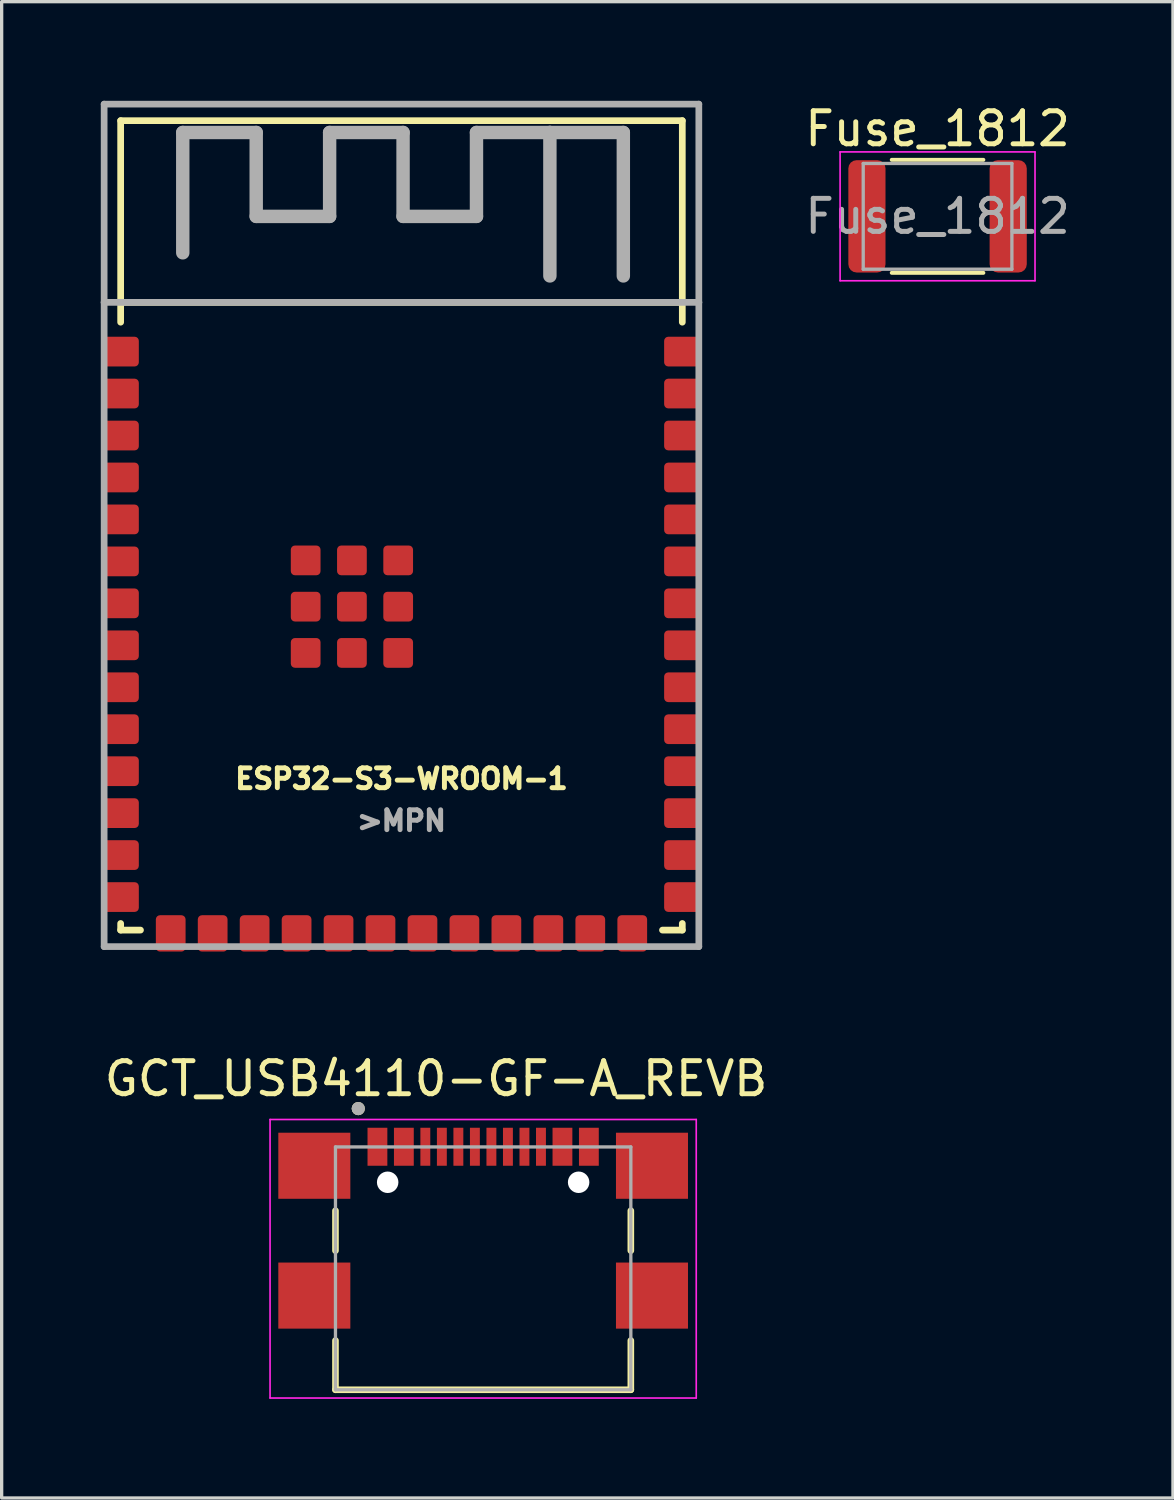
<source format=kicad_pcb>
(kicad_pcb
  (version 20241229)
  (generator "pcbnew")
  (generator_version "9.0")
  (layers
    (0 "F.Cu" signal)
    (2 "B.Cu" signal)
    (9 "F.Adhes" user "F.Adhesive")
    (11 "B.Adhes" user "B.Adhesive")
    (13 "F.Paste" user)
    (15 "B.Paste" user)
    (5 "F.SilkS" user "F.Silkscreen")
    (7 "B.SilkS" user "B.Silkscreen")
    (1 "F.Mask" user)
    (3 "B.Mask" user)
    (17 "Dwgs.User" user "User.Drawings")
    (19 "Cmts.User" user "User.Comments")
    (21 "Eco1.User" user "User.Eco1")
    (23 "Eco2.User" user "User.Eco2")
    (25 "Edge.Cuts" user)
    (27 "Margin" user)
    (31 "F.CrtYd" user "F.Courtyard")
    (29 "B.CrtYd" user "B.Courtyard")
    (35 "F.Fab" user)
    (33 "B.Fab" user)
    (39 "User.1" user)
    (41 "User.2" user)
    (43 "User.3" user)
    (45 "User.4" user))
  (footprint "ESP32-S3-WROOM-1"
    (layer "F.Cu")
    (at 9.102 17.602)
    (property "Reference" "ESP32-S3-WROOM-1" (at 0 2.92 0) (layer "F.SilkS") (effects (font (size 0.6 0.6) (thickness 0.15))))
    (attr smd)
    (fp_line (start -8.5 -17) (end -8.5 -11.5) (stroke (width 0.203) (type solid)) (layer "F.SilkS"))
    (fp_line (start -8.5 -17) (end 8.5 -17) (stroke (width 0.203) (type solid)) (layer "F.SilkS"))
    (fp_line (start -8.5 -11.5) (end -8.5 -10.9) (stroke (width 0.203) (type solid)) (layer "F.SilkS"))
    (fp_line (start -8.5 -11.5) (end 8.5 -11.5) (stroke (width 0.203) (type solid)) (layer "F.SilkS"))
    (fp_line (start -8.5 7.3) (end -8.5 7.5) (stroke (width 0.203) (type solid)) (layer "F.SilkS"))
    (fp_line (start -8.5 7.5) (end -7.9 7.5) (stroke (width 0.203) (type solid)) (layer "F.SilkS"))
    (fp_line (start 7.9 7.5) (end 8.5 7.5) (stroke (width 0.203) (type solid)) (layer "F.SilkS"))
    (fp_line (start 8.5 -17) (end 8.5 -11.5) (stroke (width 0.203) (type solid)) (layer "F.SilkS"))
    (fp_line (start 8.5 -11.5) (end 8.5 -10.9) (stroke (width 0.203) (type solid)) (layer "F.SilkS"))
    (fp_line (start 8.5 7.5) (end 8.5 7.3) (stroke (width 0.203) (type solid)) (layer "F.SilkS"))
    (fp_line (start -9 -17.5) (end 9 -17.5) (stroke (width 0.203) (type solid)) (layer "F.Fab"))
    (fp_line (start -9 -11.5) (end -9 -17.5) (stroke (width 0.203) (type solid)) (layer "F.Fab"))
    (fp_line (start -9 -11.5) (end 9 -11.5) (stroke (width 0.203) (type solid)) (layer "F.Fab"))
    (fp_line (start -9 8) (end -9 -11.5) (stroke (width 0.203) (type solid)) (layer "F.Fab"))
    (fp_line (start -6.62 -16.642) (end -4.397 -16.642) (stroke (width 0.406) (type solid)) (layer "F.Fab"))
    (fp_line (start -6.62 -13) (end -6.62 -16.642) (stroke (width 0.406) (type solid)) (layer "F.Fab"))
    (fp_line (start -4.397 -16.642) (end -4.397 -14.102) (stroke (width 0.406) (type solid)) (layer "F.Fab"))
    (fp_line (start -4.397 -14.102) (end -2.175 -14.102) (stroke (width 0.406) (type solid)) (layer "F.Fab"))
    (fp_line (start -2.175 -16.642) (end 0.048 -16.642) (stroke (width 0.406) (type solid)) (layer "F.Fab"))
    (fp_line (start -2.175 -14.102) (end -2.175 -16.642) (stroke (width 0.406) (type solid)) (layer "F.Fab"))
    (fp_line (start 0.048 -16.642) (end 0.048 -14.102) (stroke (width 0.406) (type solid)) (layer "F.Fab"))
    (fp_line (start 0.048 -14.102) (end 2.27 -14.102) (stroke (width 0.406) (type solid)) (layer "F.Fab"))
    (fp_line (start 2.27 -16.642) (end 4.492 -16.642) (stroke (width 0.406) (type solid)) (layer "F.Fab"))
    (fp_line (start 2.27 -14.102) (end 2.27 -16.642) (stroke (width 0.406) (type solid)) (layer "F.Fab"))
    (fp_line (start 4.492 -16.642) (end 4.492 -12.3) (stroke (width 0.406) (type solid)) (layer "F.Fab"))
    (fp_line (start 4.492 -16.642) (end 6.715 -16.642) (stroke (width 0.406) (type solid)) (layer "F.Fab"))
    (fp_line (start 6.715 -16.642) (end 6.715 -12.3) (stroke (width 0.406) (type solid)) (layer "F.Fab"))
    (fp_line (start 9 -17.5) (end 9 -11.5) (stroke (width 0.203) (type solid)) (layer "F.Fab"))
    (fp_line (start 9 -11.5) (end 9 8) (stroke (width 0.203) (type solid)) (layer "F.Fab"))
    (fp_line (start 9 8) (end -9 8) (stroke (width 0.203) (type solid)) (layer "F.Fab"))
    (fp_text user ">MPN" (at 0 4.19 0) (layer "F.Fab") (effects (font (size 0.6 0.6) (thickness 0.15))))
    (pad "1" smd roundrect (at -8.5 -10.01) (size 1.1 0.9) (layers "F.Cu" "F.Mask" "F.Paste") (roundrect_rratio 0.14))
    (pad "2" smd roundrect (at -8.5 -8.74) (size 1.1 0.9) (layers "F.Cu" "F.Mask" "F.Paste") (roundrect_rratio 0.14))
    (pad "3" smd roundrect (at -8.5 -7.47) (size 1.1 0.9) (layers "F.Cu" "F.Mask" "F.Paste") (roundrect_rratio 0.14))
    (pad "4" smd roundrect (at -8.5 -6.2) (size 1.1 0.9) (layers "F.Cu" "F.Mask" "F.Paste") (roundrect_rratio 0.14))
    (pad "5" smd roundrect (at -8.5 -4.93) (size 1.1 0.9) (layers "F.Cu" "F.Mask" "F.Paste") (roundrect_rratio 0.14))
    (pad "6" smd roundrect (at -8.5 -3.66) (size 1.1 0.9) (layers "F.Cu" "F.Mask" "F.Paste") (roundrect_rratio 0.14))
    (pad "7" smd roundrect (at -8.5 -2.39) (size 1.1 0.9) (layers "F.Cu" "F.Mask" "F.Paste") (roundrect_rratio 0.14))
    (pad "8" smd roundrect (at -8.5 -1.12) (size 1.1 0.9) (layers "F.Cu" "F.Mask" "F.Paste") (roundrect_rratio 0.14))
    (pad "9" smd roundrect (at -8.5 0.15) (size 1.1 0.9) (layers "F.Cu" "F.Mask" "F.Paste") (roundrect_rratio 0.14))
    (pad "10" smd roundrect (at -8.5 1.42) (size 1.1 0.9) (layers "F.Cu" "F.Mask" "F.Paste") (roundrect_rratio 0.14))
    (pad "11" smd roundrect (at -8.5 2.69) (size 1.1 0.9) (layers "F.Cu" "F.Mask" "F.Paste") (roundrect_rratio 0.14))
    (pad "12" smd roundrect (at -8.5 3.96) (size 1.1 0.9) (layers "F.Cu" "F.Mask" "F.Paste") (roundrect_rratio 0.14))
    (pad "13" smd roundrect (at -8.5 5.23) (size 1.1 0.9) (layers "F.Cu" "F.Mask" "F.Paste") (roundrect_rratio 0.14))
    (pad "14" smd roundrect (at -8.5 6.5) (size 1.1 0.9) (layers "F.Cu" "F.Mask" "F.Paste") (roundrect_rratio 0.14))
    (pad "15" smd roundrect (at -6.985 7.6 90) (size 1.1 0.9) (layers "F.Cu" "F.Mask" "F.Paste") (roundrect_rratio 0.14))
    (pad "16" smd roundrect (at -5.715 7.6 90) (size 1.1 0.9) (layers "F.Cu" "F.Mask" "F.Paste") (roundrect_rratio 0.14))
    (pad "17" smd roundrect (at -4.445 7.6 90) (size 1.1 0.9) (layers "F.Cu" "F.Mask" "F.Paste") (roundrect_rratio 0.14))
    (pad "18" smd roundrect (at -3.175 7.6 90) (size 1.1 0.9) (layers "F.Cu" "F.Mask" "F.Paste") (roundrect_rratio 0.14))
    (pad "19" smd roundrect (at -1.905 7.6 90) (size 1.1 0.9) (layers "F.Cu" "F.Mask" "F.Paste") (roundrect_rratio 0.14))
    (pad "20" smd roundrect (at -0.635 7.6 90) (size 1.1 0.9) (layers "F.Cu" "F.Mask" "F.Paste") (roundrect_rratio 0.14))
    (pad "21" smd roundrect (at 0.635 7.6 90) (size 1.1 0.9) (layers "F.Cu" "F.Mask" "F.Paste") (roundrect_rratio 0.14))
    (pad "22" smd roundrect (at 1.905 7.6 90) (size 1.1 0.9) (layers "F.Cu" "F.Mask" "F.Paste") (roundrect_rratio 0.14))
    (pad "23" smd roundrect (at 3.175 7.6 90) (size 1.1 0.9) (layers "F.Cu" "F.Mask" "F.Paste") (roundrect_rratio 0.14))
    (pad "24" smd roundrect (at 4.445 7.6 90) (size 1.1 0.9) (layers "F.Cu" "F.Mask" "F.Paste") (roundrect_rratio 0.14))
    (pad "25" smd roundrect (at 5.715 7.6 90) (size 1.1 0.9) (layers "F.Cu" "F.Mask" "F.Paste") (roundrect_rratio 0.14))
    (pad "26" smd roundrect (at 6.985 7.6 90) (size 1.1 0.9) (layers "F.Cu" "F.Mask" "F.Paste") (roundrect_rratio 0.14))
    (pad "27" smd roundrect (at 8.5 6.5) (size 1.1 0.9) (layers "F.Cu" "F.Mask" "F.Paste") (roundrect_rratio 0.14))
    (pad "28" smd roundrect (at 8.5 5.23) (size 1.1 0.9) (layers "F.Cu" "F.Mask" "F.Paste") (roundrect_rratio 0.14))
    (pad "29" smd roundrect (at 8.5 3.96) (size 1.1 0.9) (layers "F.Cu" "F.Mask" "F.Paste") (roundrect_rratio 0.14))
    (pad "30" smd roundrect (at 8.5 2.69) (size 1.1 0.9) (layers "F.Cu" "F.Mask" "F.Paste") (roundrect_rratio 0.14))
    (pad "31" smd roundrect (at 8.5 1.42) (size 1.1 0.9) (layers "F.Cu" "F.Mask" "F.Paste") (roundrect_rratio 0.14))
    (pad "32" smd roundrect (at 8.5 0.15) (size 1.1 0.9) (layers "F.Cu" "F.Mask" "F.Paste") (roundrect_rratio 0.14))
    (pad "33" smd roundrect (at 8.5 -1.12) (size 1.1 0.9) (layers "F.Cu" "F.Mask" "F.Paste") (roundrect_rratio 0.14))
    (pad "34" smd roundrect (at 8.5 -2.39) (size 1.1 0.9) (layers "F.Cu" "F.Mask" "F.Paste") (roundrect_rratio 0.14))
    (pad "35" smd roundrect (at 8.5 -3.66) (size 1.1 0.9) (layers "F.Cu" "F.Mask" "F.Paste") (roundrect_rratio 0.14))
    (pad "36" smd roundrect (at 8.5 -4.93) (size 1.1 0.9) (layers "F.Cu" "F.Mask" "F.Paste") (roundrect_rratio 0.14))
    (pad "37" smd roundrect (at 8.5 -6.2) (size 1.1 0.9) (layers "F.Cu" "F.Mask" "F.Paste") (roundrect_rratio 0.14))
    (pad "38" smd roundrect (at 8.5 -7.47) (size 1.1 0.9) (layers "F.Cu" "F.Mask" "F.Paste") (roundrect_rratio 0.14))
    (pad "39" smd roundrect (at 8.5 -8.74) (size 1.1 0.9) (layers "F.Cu" "F.Mask" "F.Paste") (roundrect_rratio 0.14))
    (pad "40" smd roundrect (at 8.5 -10.01) (size 1.1 0.9) (layers "F.Cu" "F.Mask" "F.Paste") (roundrect_rratio 0.14))
    (pad "P$1" smd roundrect (at -2.9 -3.69) (size 0.9 0.9) (layers "F.Cu" "F.Mask" "F.Paste") (roundrect_rratio 0.14))
    (pad "P$2" smd roundrect (at -1.5 -3.69) (size 0.9 0.9) (layers "F.Cu" "F.Mask" "F.Paste") (roundrect_rratio 0.14))
    (pad "P$3" smd roundrect (at -0.1 -3.69) (size 0.9 0.9) (layers "F.Cu" "F.Mask" "F.Paste") (roundrect_rratio 0.14))
    (pad "P$4" smd roundrect (at -2.9 -2.29) (size 0.9 0.9) (layers "F.Cu" "F.Mask" "F.Paste") (roundrect_rratio 0.14))
    (pad "P$5" smd roundrect (at -1.5 -2.29) (size 0.9 0.9) (layers "F.Cu" "F.Mask" "F.Paste") (roundrect_rratio 0.14))
    (pad "P$6" smd roundrect (at -0.1 -2.29) (size 0.9 0.9) (layers "F.Cu" "F.Mask" "F.Paste") (roundrect_rratio 0.14))
    (pad "P$7" smd roundrect (at -2.9 -0.89) (size 0.9 0.9) (layers "F.Cu" "F.Mask" "F.Paste") (roundrect_rratio 0.14))
    (pad "P$8" smd roundrect (at -1.5 -0.89) (size 0.9 0.9) (layers "F.Cu" "F.Mask" "F.Paste") (roundrect_rratio 0.14))
    (pad "P$9" smd roundrect (at -0.1 -0.89) (size 0.9 0.9) (layers "F.Cu" "F.Mask" "F.Paste") (roundrect_rratio 0.14)))
  (footprint "GCT_USB4110-GF-A_REVB"
    (layer "F.Cu")
    (at 11.574 32.735)
    (property "Reference" "GCT_USB4110-GF-A_REVB" (at -1.425 -3.135 0) (layer "F.SilkS") (effects (font (size 1 1) (thickness 0.15))))
    (attr smd)
    (fp_line (start -4.47 0.86) (end -4.47 2.07) (stroke (width 0.2) (type solid)) (layer "F.SilkS"))
    (fp_line (start -4.47 4.79) (end -4.47 6.28) (stroke (width 0.2) (type solid)) (layer "F.SilkS"))
    (fp_line (start -4.47 6.28) (end 4.47 6.28) (stroke (width 0.2) (type solid)) (layer "F.SilkS"))
    (fp_line (start 4.47 0.86) (end 4.47 2.07) (stroke (width 0.2) (type solid)) (layer "F.SilkS"))
    (fp_line (start 4.47 6.28) (end 4.47 4.79) (stroke (width 0.2) (type solid)) (layer "F.SilkS"))
    (fp_circle (center -3.78 -2.23) (end -3.68 -2.23) (stroke (width 0.2) (type solid)) (fill no) (layer "F.SilkS"))
    (fp_line (start -6.45 -1.9) (end 6.45 -1.9) (stroke (width 0.05) (type solid)) (layer "F.CrtYd"))
    (fp_line (start -6.45 6.53) (end -6.45 -1.9) (stroke (width 0.05) (type solid)) (layer "F.CrtYd"))
    (fp_line (start 6.45 -1.9) (end 6.45 6.53) (stroke (width 0.05) (type solid)) (layer "F.CrtYd"))
    (fp_line (start 6.45 6.53) (end -6.45 6.53) (stroke (width 0.05) (type solid)) (layer "F.CrtYd"))
    (fp_line (start -4.47 -1.07) (end -4.47 6.28) (stroke (width 0.1) (type solid)) (layer "F.Fab"))
    (fp_line (start -4.47 6.28) (end 4.47 6.28) (stroke (width 0.1) (type solid)) (layer "F.Fab"))
    (fp_line (start 4.47 -1.07) (end -4.47 -1.07) (stroke (width 0.1) (type solid)) (layer "F.Fab"))
    (fp_line (start 4.47 6.28) (end 4.47 -1.07) (stroke (width 0.1) (type solid)) (layer "F.Fab"))
    (fp_circle (center -3.78 -2.23) (end -3.68 -2.23) (stroke (width 0.2) (type solid)) (fill no) (layer "F.Fab"))
    (pad "" np_thru_hole circle (at -2.89 0) (size 0.65 0.65) (drill 0.65) (layers "*.Cu" "*.Mask"))
    (pad "" np_thru_hole circle (at 2.89 0) (size 0.65 0.65) (drill 0.65) (layers "*.Cu" "*.Mask"))
    (pad "A1/B12" smd rect (at -3.2 -1.075) (size 0.6 1.15) (layers "F.Cu" "F.Mask" "F.Paste"))
    (pad "A4/B9" smd rect (at -2.4 -1.075) (size 0.6 1.15) (layers "F.Cu" "F.Mask" "F.Paste"))
    (pad "A5" smd rect (at -1.25 -1.075) (size 0.3 1.15) (layers "F.Cu" "F.Mask" "F.Paste"))
    (pad "A6" smd rect (at -0.25 -1.075) (size 0.3 1.15) (layers "F.Cu" "F.Mask" "F.Paste"))
    (pad "A7" smd rect (at 0.25 -1.075) (size 0.3 1.15) (layers "F.Cu" "F.Mask" "F.Paste"))
    (pad "A8" smd rect (at 1.25 -1.075) (size 0.3 1.15) (layers "F.Cu" "F.Mask" "F.Paste"))
    (pad "B1/A12" smd rect (at 3.2 -1.075) (size 0.6 1.15) (layers "F.Cu" "F.Mask" "F.Paste"))
    (pad "B4/A9" smd rect (at 2.4 -1.075) (size 0.6 1.15) (layers "F.Cu" "F.Mask" "F.Paste"))
    (pad "B5" smd rect (at 1.75 -1.075) (size 0.3 1.15) (layers "F.Cu" "F.Mask" "F.Paste"))
    (pad "B6" smd rect (at 0.75 -1.075) (size 0.3 1.15) (layers "F.Cu" "F.Mask" "F.Paste"))
    (pad "B7" smd rect (at -0.75 -1.075) (size 0.3 1.15) (layers "F.Cu" "F.Mask" "F.Paste"))
    (pad "B8" smd rect (at -1.75 -1.075) (size 0.3 1.15) (layers "F.Cu" "F.Mask" "F.Paste"))
    (pad "S1" smd rect (at -5.11 -0.5) (size 2.18 2) (layers "F.Cu" "F.Mask" "F.Paste"))
    (pad "S2" smd rect (at 5.11 -0.5) (size 2.18 2) (layers "F.Cu" "F.Mask" "F.Paste"))
    (pad "S3" smd rect (at -5.11 3.43) (size 2.18 2) (layers "F.Cu" "F.Mask" "F.Paste"))
    (pad "S4" smd rect (at 5.11 3.43) (size 2.18 2) (layers "F.Cu" "F.Mask" "F.Paste")))
  (footprint "Fuse_1812"
    (layer "F.Cu")
    (at 25.328 3.498)
    (property "Reference" "Fuse_1812" (at 0 -2.65 0) (layer "F.SilkS") (effects (font (size 1 1) (thickness 0.15))))
    (attr smd)
    (fp_line (start -1.386 -1.71) (end 1.386 -1.71) (stroke (width 0.12) (type solid)) (layer "F.SilkS"))
    (fp_line (start -1.386 1.71) (end 1.386 1.71) (stroke (width 0.12) (type solid)) (layer "F.SilkS"))
    (fp_line (start -2.95 -1.95) (end 2.95 -1.95) (stroke (width 0.05) (type solid)) (layer "F.CrtYd"))
    (fp_line (start -2.95 1.95) (end -2.95 -1.95) (stroke (width 0.05) (type solid)) (layer "F.CrtYd"))
    (fp_line (start 2.95 -1.95) (end 2.95 1.95) (stroke (width 0.05) (type solid)) (layer "F.CrtYd"))
    (fp_line (start 2.95 1.95) (end -2.95 1.95) (stroke (width 0.05) (type solid)) (layer "F.CrtYd"))
    (fp_line (start -2.25 -1.6) (end 2.25 -1.6) (stroke (width 0.1) (type solid)) (layer "F.Fab"))
    (fp_line (start -2.25 1.6) (end -2.25 -1.6) (stroke (width 0.1) (type solid)) (layer "F.Fab"))
    (fp_line (start 2.25 -1.6) (end 2.25 1.6) (stroke (width 0.1) (type solid)) (layer "F.Fab"))
    (fp_line (start 2.25 1.6) (end -2.25 1.6) (stroke (width 0.1) (type solid)) (layer "F.Fab"))
    (fp_text user "${REFERENCE}" (at 0 0 0) (layer "F.Fab") (effects (font (size 1 1) (thickness 0.15))))
    (pad "1" smd roundrect (at -2.138 0) (size 1.125 3.4) (layers "F.Cu" "F.Mask" "F.Paste") (roundrect_rratio 0.222))
    (pad "2" smd roundrect (at 2.138 0) (size 1.125 3.4) (layers "F.Cu" "F.Mask" "F.Paste") (roundrect_rratio 0.222)))
  (gr_rect
    (start -3 -3)
    (end 32.453 42.29)
    (stroke (width 0.1) (type default))
    (fill no)
    (layer "Edge.Cuts")))
</source>
